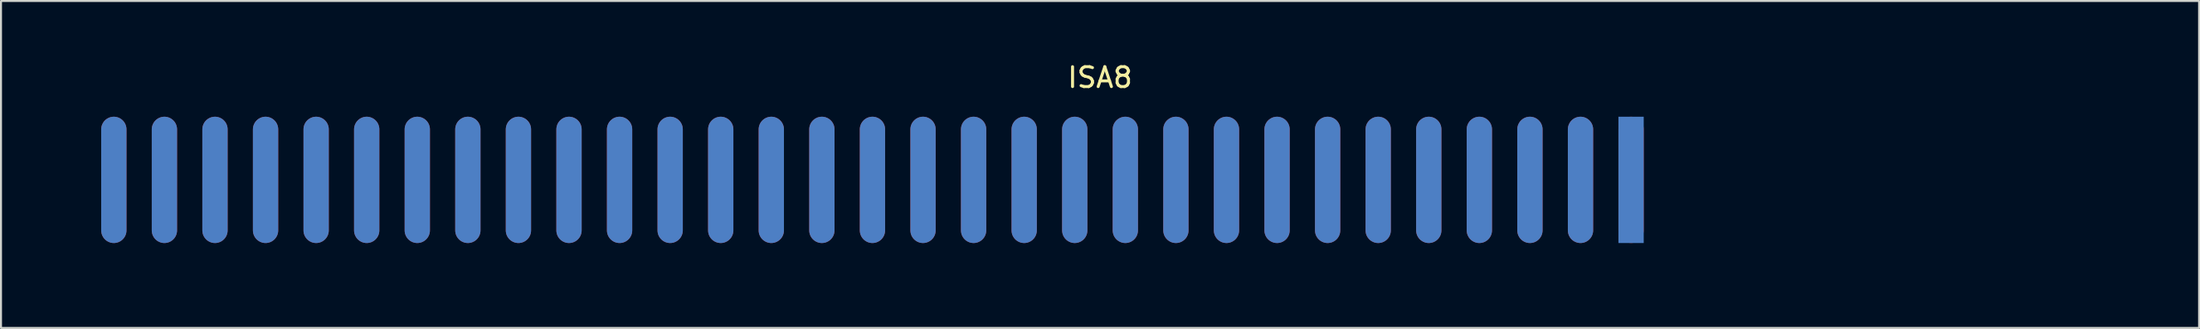
<source format=kicad_pcb>
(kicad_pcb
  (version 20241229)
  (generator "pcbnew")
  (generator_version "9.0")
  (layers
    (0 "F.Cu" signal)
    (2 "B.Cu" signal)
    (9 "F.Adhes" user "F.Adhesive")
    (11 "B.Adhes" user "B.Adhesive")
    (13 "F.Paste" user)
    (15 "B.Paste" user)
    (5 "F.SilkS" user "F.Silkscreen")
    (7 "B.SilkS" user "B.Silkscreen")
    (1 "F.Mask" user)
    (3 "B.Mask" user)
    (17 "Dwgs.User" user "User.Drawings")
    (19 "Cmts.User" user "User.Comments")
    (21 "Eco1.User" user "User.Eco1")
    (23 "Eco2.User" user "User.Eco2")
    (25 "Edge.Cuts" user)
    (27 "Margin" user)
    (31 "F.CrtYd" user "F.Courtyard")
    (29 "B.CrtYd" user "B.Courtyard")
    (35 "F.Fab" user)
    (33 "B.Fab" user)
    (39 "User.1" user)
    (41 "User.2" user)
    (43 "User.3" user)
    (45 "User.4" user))
  (footprint "ISA8"
    (layer "F.Cu")
    (at 78.867 5.993)
    (property "Reference" "ISA8" (at -26.67 -5.145 0) (layer "F.SilkS") (effects (font (size 1 1) (thickness 0.15))))
    (fp_rect (start -78.74 4.318) (end 2.54 -3.302) (stroke (width 0) (type default)) (fill yes) (layer "F.Mask"))
    (fp_rect (start -78.74 4.318) (end 2.54 -3.302) (stroke (width 0) (type default)) (fill yes) (layer "B.Mask"))
    (fp_line (start -78.74 3.302) (end -78.74 -4.318) (stroke (width 0.254) (type solid)) (layer "User.1"))
    (fp_line (start -78.74 3.302) (end -77.724 4.318) (stroke (width 0.254) (type solid)) (layer "User.1"))
    (fp_line (start -77.724 4.318) (end 1.524 4.318) (stroke (width 0.254) (type solid)) (layer "User.1"))
    (fp_line (start 1.524 4.318) (end 2.54 3.302) (stroke (width 0.254) (type solid)) (layer "User.1"))
    (fp_line (start 2.54 -3.556) (end 3.302 -4.318) (stroke (width 0.254) (type solid)) (layer "User.1"))
    (fp_line (start 2.54 3.302) (end 2.54 -3.556) (stroke (width 0.254) (type solid)) (layer "User.1"))
    (fp_line (start 3.302 -4.318) (end 5.334 -4.318) (stroke (width 0.254) (type solid)) (layer "User.1"))
    (fp_line (start 5.334 -4.318) (end 6.096 -3.556) (stroke (width 0.254) (type solid)) (layer "User.1"))
    (fp_line (start 6.096 1.016) (end 6.096 -3.556) (stroke (width 0.254) (type solid)) (layer "User.1"))
    (fp_line (start 6.096 1.016) (end 6.858 1.778) (stroke (width 0.254) (type solid)) (layer "User.1"))
    (fp_line (start 6.858 1.778) (end 25.4 1.778) (stroke (width 0.254) (type solid)) (layer "User.1"))
    (pad "1" smd rect (at 0 0 180) (size 1.27 6.35) (layers "B.Cu" "B.Mask" "B.Paste"))
    (pad "2" smd oval (at -2.54 0 180) (size 1.27 6.35) (layers "B.Cu" "B.Mask" "B.Paste"))
    (pad "3" smd oval (at -5.08 0 180) (size 1.27 6.35) (layers "B.Cu" "B.Mask" "B.Paste"))
    (pad "4" smd oval (at -7.62 0 180) (size 1.27 6.35) (layers "B.Cu" "B.Mask" "B.Paste"))
    (pad "5" smd oval (at -10.16 0 180) (size 1.27 6.35) (layers "B.Cu" "B.Mask" "B.Paste"))
    (pad "6" smd oval (at -12.7 0 180) (size 1.27 6.35) (layers "B.Cu" "B.Mask" "B.Paste"))
    (pad "7" smd oval (at -15.24 0 180) (size 1.27 6.35) (layers "B.Cu" "B.Mask" "B.Paste"))
    (pad "8" smd oval (at -17.78 0 180) (size 1.27 6.35) (layers "B.Cu" "B.Mask" "B.Paste"))
    (pad "9" smd oval (at -20.32 0 180) (size 1.27 6.35) (layers "B.Cu" "B.Mask" "B.Paste"))
    (pad "10" smd oval (at -22.86 0 180) (size 1.27 6.35) (layers "B.Cu" "B.Mask" "B.Paste"))
    (pad "11" smd oval (at -25.4 0 180) (size 1.27 6.35) (layers "B.Cu" "B.Mask" "B.Paste"))
    (pad "12" smd oval (at -27.94 0 180) (size 1.27 6.35) (layers "B.Cu" "B.Mask" "B.Paste"))
    (pad "13" smd oval (at -30.48 0 180) (size 1.27 6.35) (layers "B.Cu" "B.Mask" "B.Paste"))
    (pad "14" smd oval (at -33.02 0 180) (size 1.27 6.35) (layers "B.Cu" "B.Mask" "B.Paste"))
    (pad "15" smd oval (at -35.56 0 180) (size 1.27 6.35) (layers "B.Cu" "B.Mask" "B.Paste"))
    (pad "16" smd oval (at -38.1 0 180) (size 1.27 6.35) (layers "B.Cu" "B.Mask" "B.Paste"))
    (pad "17" smd oval (at -40.64 0 180) (size 1.27 6.35) (layers "B.Cu" "B.Mask" "B.Paste"))
    (pad "18" smd oval (at -43.18 0 180) (size 1.27 6.35) (layers "B.Cu" "B.Mask" "B.Paste"))
    (pad "19" smd oval (at -45.72 0 180) (size 1.27 6.35) (layers "B.Cu" "B.Mask" "B.Paste"))
    (pad "20" smd oval (at -48.26 0 180) (size 1.27 6.35) (layers "B.Cu" "B.Mask" "B.Paste"))
    (pad "21" smd oval (at -50.8 0 180) (size 1.27 6.35) (layers "B.Cu" "B.Mask" "B.Paste"))
    (pad "22" smd oval (at -53.34 0 180) (size 1.27 6.35) (layers "B.Cu" "B.Mask" "B.Paste"))
    (pad "23" smd oval (at -55.88 0 180) (size 1.27 6.35) (layers "B.Cu" "B.Mask" "B.Paste"))
    (pad "24" smd oval (at -58.42 0 180) (size 1.27 6.35) (layers "B.Cu" "B.Mask" "B.Paste"))
    (pad "25" smd oval (at -60.96 0 180) (size 1.27 6.35) (layers "B.Cu" "B.Mask" "B.Paste"))
    (pad "26" smd oval (at -63.5 0 180) (size 1.27 6.35) (layers "B.Cu" "B.Mask" "B.Paste"))
    (pad "27" smd oval (at -66.04 0 180) (size 1.27 6.35) (layers "B.Cu" "B.Mask" "B.Paste"))
    (pad "28" smd oval (at -68.58 0 180) (size 1.27 6.35) (layers "B.Cu" "B.Mask" "B.Paste"))
    (pad "29" smd oval (at -71.12 0 180) (size 1.27 6.35) (layers "B.Cu" "B.Mask" "B.Paste"))
    (pad "30" smd oval (at -73.66 0 180) (size 1.27 6.35) (layers "B.Cu" "B.Mask" "B.Paste"))
    (pad "31" smd oval (at -76.2 0 180) (size 1.27 6.35) (layers "B.Cu" "B.Mask" "B.Paste"))
    (pad "32" smd oval (at -76.2 0 180) (size 1.27 6.35) (layers "F.Cu" "F.Mask" "F.Paste"))
    (pad "33" smd oval (at -73.66 0 180) (size 1.27 6.35) (layers "F.Cu" "F.Mask" "F.Paste"))
    (pad "34" smd oval (at -71.12 0 180) (size 1.27 6.35) (layers "F.Cu" "F.Mask" "F.Paste"))
    (pad "35" smd oval (at -68.58 0 180) (size 1.27 6.35) (layers "F.Cu" "F.Mask" "F.Paste"))
    (pad "36" smd oval (at -66.04 0 180) (size 1.27 6.35) (layers "F.Cu" "F.Mask" "F.Paste"))
    (pad "37" smd oval (at -63.5 0 180) (size 1.27 6.35) (layers "F.Cu" "F.Mask" "F.Paste"))
    (pad "38" smd oval (at -60.96 0 180) (size 1.27 6.35) (layers "F.Cu" "F.Mask" "F.Paste"))
    (pad "39" smd oval (at -58.42 0 180) (size 1.27 6.35) (layers "F.Cu" "F.Mask" "F.Paste"))
    (pad "40" smd oval (at -55.88 0 180) (size 1.27 6.35) (layers "F.Cu" "F.Mask" "F.Paste"))
    (pad "41" smd oval (at -53.34 0 180) (size 1.27 6.35) (layers "F.Cu" "F.Mask" "F.Paste"))
    (pad "42" smd oval (at -50.8 0 180) (size 1.27 6.35) (layers "F.Cu" "F.Mask" "F.Paste"))
    (pad "43" smd oval (at -48.26 0 180) (size 1.27 6.35) (layers "F.Cu" "F.Mask" "F.Paste"))
    (pad "44" smd oval (at -45.72 0 180) (size 1.27 6.35) (layers "F.Cu" "F.Mask" "F.Paste"))
    (pad "45" smd oval (at -43.18 0 180) (size 1.27 6.35) (layers "F.Cu" "F.Mask" "F.Paste"))
    (pad "46" smd oval (at -40.64 0 180) (size 1.27 6.35) (layers "F.Cu" "F.Mask" "F.Paste"))
    (pad "47" smd oval (at -38.1 0 180) (size 1.27 6.35) (layers "F.Cu" "F.Mask" "F.Paste"))
    (pad "48" smd oval (at -35.56 0 180) (size 1.27 6.35) (layers "F.Cu" "F.Mask" "F.Paste"))
    (pad "49" smd oval (at -33.02 0 180) (size 1.27 6.35) (layers "F.Cu" "F.Mask" "F.Paste"))
    (pad "50" smd oval (at -30.48 0 180) (size 1.27 6.35) (layers "F.Cu" "F.Mask" "F.Paste"))
    (pad "51" smd oval (at -27.94 0 180) (size 1.27 6.35) (layers "F.Cu" "F.Mask" "F.Paste"))
    (pad "52" smd oval (at -25.4 0 180) (size 1.27 6.35) (layers "F.Cu" "F.Mask" "F.Paste"))
    (pad "53" smd oval (at -22.86 0 180) (size 1.27 6.35) (layers "F.Cu" "F.Mask" "F.Paste"))
    (pad "54" smd oval (at -20.32 0 180) (size 1.27 6.35) (layers "F.Cu" "F.Mask" "F.Paste"))
    (pad "55" smd oval (at -17.78 0 180) (size 1.27 6.35) (layers "F.Cu" "F.Mask" "F.Paste"))
    (pad "56" smd oval (at -15.24 0 180) (size 1.27 6.35) (layers "F.Cu" "F.Mask" "F.Paste"))
    (pad "57" smd oval (at -12.7 0 180) (size 1.27 6.35) (layers "F.Cu" "F.Mask" "F.Paste"))
    (pad "58" smd oval (at -10.16 0 180) (size 1.27 6.35) (layers "F.Cu" "F.Mask" "F.Paste"))
    (pad "59" smd oval (at -7.62 0 180) (size 1.27 6.35) (layers "F.Cu" "F.Mask" "F.Paste"))
    (pad "60" smd oval (at -5.08 0 180) (size 1.27 6.35) (layers "F.Cu" "F.Mask" "F.Paste"))
    (pad "61" smd oval (at -2.54 0 180) (size 1.27 6.35) (layers "F.Cu" "F.Mask" "F.Paste"))
    (pad "62" smd oval (at 0 0 180) (size 1.27 6.35) (layers "F.Cu" "F.Mask" "F.Paste"))
    (zone (net_name "") (layers "F.Cu" "B.Cu") (hatch edge 0.5) (connect_pads) (min_thickness 0.25) (filled_areas_thickness no) (keepout (tracks not_allowed) (vias not_allowed) (pads not_allowed) (copperpour not_allowed) (footprints allowed)) (placement (enabled no)) (fill) (polygon (pts (xy 0.002 1.65) (xy 0.021 1.605) (xy 0.056 1.57) (xy 0.102 1.551) (xy 0.152 1.551) (xy 0.198 1.57) (xy 0.233 1.605) (xy 0.252 1.65) (xy 0.254 1.675) (xy 0.254 9.295) (xy 0.252 9.32) (xy 0.233 9.366) (xy 0.198 9.401) (xy 0.152 9.42) (xy 0.102 9.42) (xy 0.056 9.401) (xy 0.021 9.366) (xy 0.002 9.32) (xy 0 9.295) (xy 0 1.675))))
    (zone (net_name "") (layers "F.Cu" "B.Cu") (hatch edge 0.5) (connect_pads) (min_thickness 0.25) (filled_areas_thickness no) (keepout (tracks not_allowed) (vias not_allowed) (pads not_allowed) (copperpour not_allowed) (footprints allowed)) (placement (enabled no)) (fill) (polygon (pts (xy 1.249 10.241) (xy 1.268 10.286) (xy 1.268 10.336) (xy 1.249 10.382) (xy 1.214 10.417) (xy 1.168 10.436) (xy 1.118 10.436) (xy 1.072 10.417) (xy 1.053 10.401) (xy 0.037 9.385) (xy 0.021 9.366) (xy 0.002 9.32) (xy 0.002 9.27) (xy 0.021 9.225) (xy 0.056 9.19) (xy 0.102 9.171) (xy 0.152 9.171) (xy 0.198 9.19) (xy 0.217 9.205) (xy 1.233 10.221))))
    (zone (net_name "") (layers "F.Cu" "B.Cu") (hatch edge 0.5) (connect_pads) (min_thickness 0.25) (filled_areas_thickness no) (keepout (tracks not_allowed) (vias not_allowed) (pads not_allowed) (copperpour not_allowed) (footprints allowed)) (placement (enabled no)) (fill) (polygon (pts (xy 80.416 10.187) (xy 80.462 10.206) (xy 80.497 10.241) (xy 80.516 10.286) (xy 80.516 10.336) (xy 80.497 10.382) (xy 80.462 10.417) (xy 80.416 10.436) (xy 80.391 10.438) (xy 1.143 10.438) (xy 1.118 10.436) (xy 1.072 10.417) (xy 1.037 10.382) (xy 1.018 10.336) (xy 1.018 10.286) (xy 1.037 10.241) (xy 1.072 10.206) (xy 1.118 10.187) (xy 1.143 10.184) (xy 80.391 10.184))))
    (zone (net_name "") (layers "F.Cu" "B.Cu") (hatch edge 0.5) (connect_pads) (min_thickness 0.25) (filled_areas_thickness no) (keepout (tracks not_allowed) (vias not_allowed) (pads not_allowed) (copperpour not_allowed) (footprints allowed)) (placement (enabled no)) (fill) (polygon (pts (xy 81.282 2.412) (xy 81.301 2.367) (xy 81.336 2.332) (xy 81.382 2.313) (xy 81.432 2.313) (xy 81.478 2.332) (xy 81.513 2.367) (xy 81.532 2.412) (xy 81.534 2.437) (xy 81.534 9.295) (xy 81.532 9.32) (xy 81.513 9.366) (xy 81.478 9.401) (xy 81.432 9.42) (xy 81.382 9.42) (xy 81.336 9.401) (xy 81.301 9.366) (xy 81.282 9.32) (xy 81.28 9.295) (xy 81.28 2.437))))
    (zone (net_name "") (layers "F.Cu" "B.Cu") (hatch edge 0.5) (connect_pads) (min_thickness 0.25) (filled_areas_thickness no) (keepout (tracks not_allowed) (vias not_allowed) (pads not_allowed) (copperpour not_allowed) (footprints allowed)) (placement (enabled no)) (fill) (polygon (pts (xy 81.336 9.19) (xy 81.382 9.171) (xy 81.432 9.171) (xy 81.478 9.19) (xy 81.513 9.225) (xy 81.532 9.27) (xy 81.532 9.32) (xy 81.513 9.366) (xy 81.497 9.385) (xy 80.481 10.401) (xy 80.462 10.417) (xy 80.416 10.436) (xy 80.366 10.436) (xy 80.32 10.417) (xy 80.285 10.382) (xy 80.266 10.336) (xy 80.266 10.286) (xy 80.285 10.241) (xy 80.301 10.221) (xy 81.317 9.205))))
    (zone (net_name "") (layers "F.Cu" "B.Cu") (hatch edge 0.5) (connect_pads) (min_thickness 0.25) (filled_areas_thickness no) (keepout (tracks not_allowed) (vias not_allowed) (pads not_allowed) (copperpour not_allowed) (footprints allowed)) (placement (enabled no)) (fill) (polygon (pts (xy 82.098 1.57) (xy 82.144 1.551) (xy 82.194 1.551) (xy 82.24 1.57) (xy 82.275 1.605) (xy 82.294 1.65) (xy 82.294 1.7) (xy 82.275 1.746) (xy 82.259 1.765) (xy 81.497 2.527) (xy 81.478 2.543) (xy 81.432 2.562) (xy 81.382 2.562) (xy 81.336 2.543) (xy 81.301 2.508) (xy 81.282 2.462) (xy 81.282 2.412) (xy 81.301 2.367) (xy 81.317 2.347) (xy 82.079 1.585))))
    (zone (net_name "") (layers "F.Cu" "B.Cu") (hatch edge 0.5) (connect_pads) (min_thickness 0.25) (filled_areas_thickness no) (keepout (tracks not_allowed) (vias not_allowed) (pads not_allowed) (copperpour not_allowed) (footprints allowed)) (placement (enabled no)) (fill) (polygon (pts (xy 84.226 1.551) (xy 84.272 1.57) (xy 84.307 1.605) (xy 84.326 1.65) (xy 84.326 1.7) (xy 84.307 1.746) (xy 84.272 1.781) (xy 84.226 1.8) (xy 84.201 1.802) (xy 82.169 1.802) (xy 82.144 1.8) (xy 82.098 1.781) (xy 82.063 1.746) (xy 82.044 1.7) (xy 82.044 1.65) (xy 82.063 1.605) (xy 82.098 1.57) (xy 82.144 1.551) (xy 82.169 1.548) (xy 84.201 1.548))))
    (zone (net_name "") (layers "F.Cu" "B.Cu") (hatch edge 0.5) (connect_pads) (min_thickness 0.25) (filled_areas_thickness no) (keepout (tracks not_allowed) (vias not_allowed) (pads not_allowed) (copperpour not_allowed) (footprints allowed)) (placement (enabled no)) (fill) (polygon (pts (xy 84.838 2.412) (xy 84.857 2.367) (xy 84.892 2.332) (xy 84.938 2.313) (xy 84.988 2.313) (xy 85.034 2.332) (xy 85.069 2.367) (xy 85.088 2.412) (xy 85.09 2.437) (xy 85.09 7.009) (xy 85.088 7.034) (xy 85.069 7.08) (xy 85.034 7.115) (xy 84.988 7.134) (xy 84.938 7.134) (xy 84.892 7.115) (xy 84.857 7.08) (xy 84.838 7.034) (xy 84.836 7.009) (xy 84.836 2.437))))
    (zone (net_name "") (layers "F.Cu" "B.Cu") (hatch edge 0.5) (connect_pads) (min_thickness 0.25) (filled_areas_thickness no) (keepout (tracks not_allowed) (vias not_allowed) (pads not_allowed) (copperpour not_allowed) (footprints allowed)) (placement (enabled no)) (fill) (polygon (pts (xy 85.069 2.367) (xy 85.088 2.412) (xy 85.088 2.462) (xy 85.069 2.508) (xy 85.034 2.543) (xy 84.988 2.562) (xy 84.938 2.562) (xy 84.892 2.543) (xy 84.873 2.527) (xy 84.111 1.765) (xy 84.095 1.746) (xy 84.076 1.7) (xy 84.076 1.65) (xy 84.095 1.605) (xy 84.13 1.57) (xy 84.176 1.551) (xy 84.226 1.551) (xy 84.272 1.57) (xy 84.291 1.585) (xy 85.053 2.347))))
    (zone (net_name "") (layers "F.Cu" "B.Cu") (hatch edge 0.5) (connect_pads) (min_thickness 0.25) (filled_areas_thickness no) (keepout (tracks not_allowed) (vias not_allowed) (pads not_allowed) (copperpour not_allowed) (footprints allowed)) (placement (enabled no)) (fill) (polygon (pts (xy 85.831 7.701) (xy 85.85 7.746) (xy 85.85 7.796) (xy 85.831 7.842) (xy 85.796 7.877) (xy 85.75 7.896) (xy 85.7 7.896) (xy 85.654 7.877) (xy 85.635 7.861) (xy 84.873 7.099) (xy 84.857 7.08) (xy 84.838 7.034) (xy 84.838 6.984) (xy 84.857 6.939) (xy 84.892 6.904) (xy 84.938 6.885) (xy 84.988 6.885) (xy 85.034 6.904) (xy 85.053 6.919) (xy 85.815 7.681))))
    (zone (net_name "") (layers "F.Cu" "B.Cu") (hatch edge 0.5) (connect_pads) (min_thickness 0.25) (filled_areas_thickness no) (keepout (tracks not_allowed) (vias not_allowed) (pads not_allowed) (copperpour not_allowed) (footprints allowed)) (placement (enabled no)) (fill) (polygon (pts (xy 104.292 7.647) (xy 104.338 7.666) (xy 104.373 7.701) (xy 104.392 7.746) (xy 104.392 7.796) (xy 104.373 7.842) (xy 104.338 7.877) (xy 104.292 7.896) (xy 104.267 7.898) (xy 85.725 7.898) (xy 85.7 7.896) (xy 85.654 7.877) (xy 85.619 7.842) (xy 85.6 7.796) (xy 85.6 7.746) (xy 85.619 7.701) (xy 85.654 7.666) (xy 85.7 7.647) (xy 85.725 7.644) (xy 104.267 7.644)))))
  (gr_rect
    (start -3 -3)
    (end 107.394 13.438)
    (stroke (width 0.1) (type default))
    (fill no)
    (layer "Edge.Cuts")))
</source>
